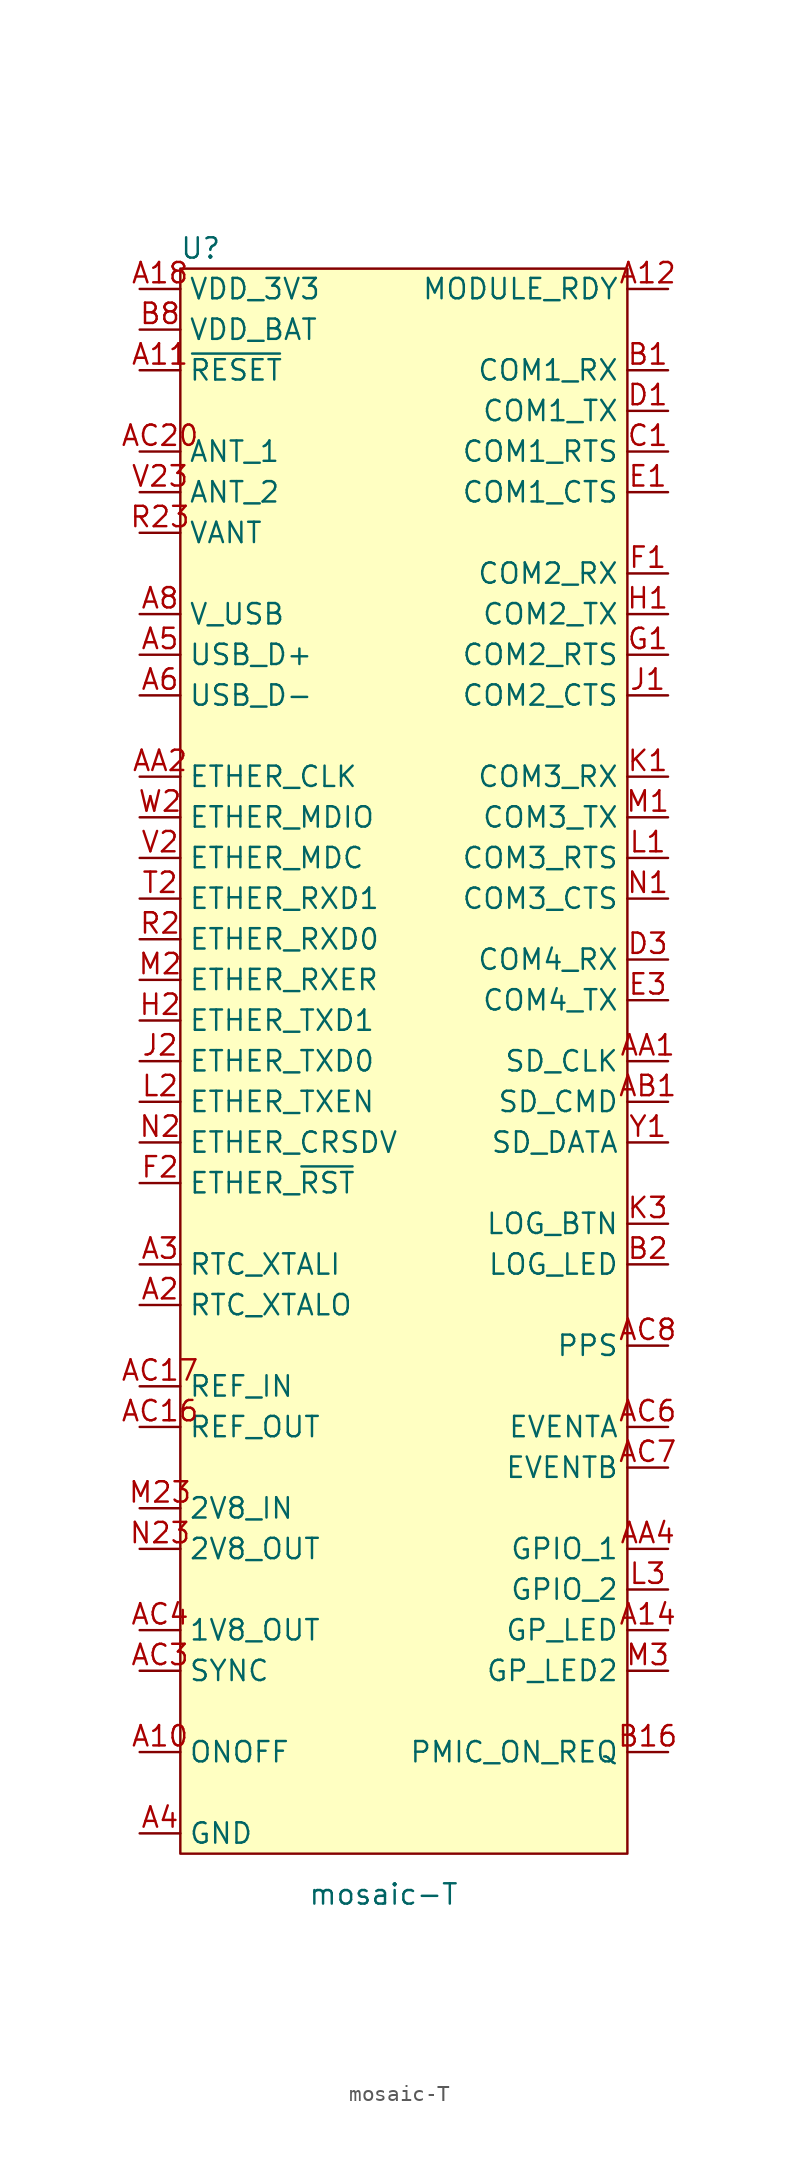
<source format=kicad_sym>
(kicad_symbol_lib
  (version 20241209)
  (generator "kicad_symbol_editor")
  (generator_version "9.0")
  (symbol "mosaic-T"
    (property "Reference" "U"
      (at -12.7 44.45 0)
      (effects (font (size 1.27 1.27))))
    (property "Value" "mosaic-T"
      (at -1.27 -58.42 0)
      (effects (font (size 1.27 1.27))))
    (symbol "mosaic-T_1_1"
      (rectangle (start -13.97 43.18) (end 13.97 -55.88) (stroke (width 0) (type default)) (fill (type background)))
      (pin power_in line (at -16.51 41.91 0) (length 2.54) (name "VDD_3V3" (effects (font (size 1.27 1.27)))) (number "A18" (effects (font (size 1.27 1.27)))))
      (pin power_in line (at -16.51 41.91 0) (length 2.54) (hide yes) (name "VDD_3V3" (effects (font (size 1.27 1.27)))) (number "A19" (effects (font (size 1.27 1.27)))))
      (pin power_in line (at -16.51 41.91 0) (length 2.54) (hide yes) (name "VDD_3V3" (effects (font (size 1.27 1.27)))) (number "A20" (effects (font (size 1.27 1.27)))))
      (pin power_in line (at -16.51 41.91 0) (length 2.54) (hide yes) (name "VDD_3V3" (effects (font (size 1.27 1.27)))) (number "B18" (effects (font (size 1.27 1.27)))))
      (pin power_in line (at -16.51 41.91 0) (length 2.54) (hide yes) (name "VDD_3V3" (effects (font (size 1.27 1.27)))) (number "B19" (effects (font (size 1.27 1.27)))))
      (pin power_in line (at -16.51 41.91 0) (length 2.54) (hide yes) (name "VDD_3V3" (effects (font (size 1.27 1.27)))) (number "B20" (effects (font (size 1.27 1.27)))))
      (pin power_in line (at -16.51 41.91 0) (length 2.54) (hide yes) (name "VDD_3V3" (effects (font (size 1.27 1.27)))) (number "C18" (effects (font (size 1.27 1.27)))))
      (pin power_in line (at -16.51 41.91 0) (length 2.54) (hide yes) (name "VDD_3V3" (effects (font (size 1.27 1.27)))) (number "C19" (effects (font (size 1.27 1.27)))))
      (pin power_in line (at -16.51 41.91 0) (length 2.54) (hide yes) (name "VDD_3V3" (effects (font (size 1.27 1.27)))) (number "C20" (effects (font (size 1.27 1.27)))))
      (pin power_in line (at -16.51 39.37 0) (length 2.54) (name "VDD_BAT" (effects (font (size 1.27 1.27)))) (number "B8" (effects (font (size 1.27 1.27)))))
      (pin input line (at -16.51 36.83 0) (length 2.54) (name "~{RESET}" (effects (font (size 1.27 1.27)))) (number "A11" (effects (font (size 1.27 1.27)))))
      (pin input line (at -16.51 31.75 0) (length 2.54) (name "ANT_1" (effects (font (size 1.27 1.27)))) (number "AC20" (effects (font (size 1.27 1.27)))))
      (pin input line (at -16.51 29.21 0) (length 2.54) (name "ANT_2" (effects (font (size 1.27 1.27)))) (number "V23" (effects (font (size 1.27 1.27)))))
      (pin power_in line (at -16.51 26.67 0) (length 2.54) (hide yes) (name "VANT" (effects (font (size 1.27 1.27)))) (number "P23" (effects (font (size 1.27 1.27)))))
      (pin power_in line (at -16.51 26.67 0) (length 2.54) (name "VANT" (effects (font (size 1.27 1.27)))) (number "R23" (effects (font (size 1.27 1.27)))))
      (pin power_in line (at -16.51 21.59 0) (length 2.54) (name "V_USB" (effects (font (size 1.27 1.27)))) (number "A8" (effects (font (size 1.27 1.27)))))
      (pin bidirectional line (at -16.51 19.05 0) (length 2.54) (name "USB_D+" (effects (font (size 1.27 1.27)))) (number "A5" (effects (font (size 1.27 1.27)))))
      (pin bidirectional line (at -16.51 16.51 0) (length 2.54) (name "USB_D-" (effects (font (size 1.27 1.27)))) (number "A6" (effects (font (size 1.27 1.27)))))
      (pin output line (at -16.51 11.43 0) (length 2.54) (name "ETHER_CLK" (effects (font (size 1.27 1.27)))) (number "AA2" (effects (font (size 1.27 1.27)))))
      (pin bidirectional line (at -16.51 8.89 0) (length 2.54) (name "ETHER_MDIO" (effects (font (size 1.27 1.27)))) (number "W2" (effects (font (size 1.27 1.27)))))
      (pin output line (at -16.51 6.35 0) (length 2.54) (name "ETHER_MDC" (effects (font (size 1.27 1.27)))) (number "V2" (effects (font (size 1.27 1.27)))))
      (pin input line (at -16.51 3.81 0) (length 2.54) (name "ETHER_RXD1" (effects (font (size 1.27 1.27)))) (number "T2" (effects (font (size 1.27 1.27)))))
      (pin input line (at -16.51 1.27 0) (length 2.54) (name "ETHER_RXD0" (effects (font (size 1.27 1.27)))) (number "R2" (effects (font (size 1.27 1.27)))))
      (pin input line (at -16.51 -1.27 0) (length 2.54) (name "ETHER_RXER" (effects (font (size 1.27 1.27)))) (number "M2" (effects (font (size 1.27 1.27)))))
      (pin output line (at -16.51 -3.81 0) (length 2.54) (name "ETHER_TXD1" (effects (font (size 1.27 1.27)))) (number "H2" (effects (font (size 1.27 1.27)))))
      (pin output line (at -16.51 -6.35 0) (length 2.54) (name "ETHER_TXD0" (effects (font (size 1.27 1.27)))) (number "J2" (effects (font (size 1.27 1.27)))))
      (pin output line (at -16.51 -8.89 0) (length 2.54) (name "ETHER_TXEN" (effects (font (size 1.27 1.27)))) (number "L2" (effects (font (size 1.27 1.27)))))
      (pin input line (at -16.51 -11.43 0) (length 2.54) (name "ETHER_CRSDV" (effects (font (size 1.27 1.27)))) (number "N2" (effects (font (size 1.27 1.27)))))
      (pin output line (at -16.51 -13.97 0) (length 2.54) (name "ETHER_~{RST}" (effects (font (size 1.27 1.27)))) (number "F2" (effects (font (size 1.27 1.27)))))
      (pin input line (at -16.51 -19.05 0) (length 2.54) (name "RTC_XTALI" (effects (font (size 1.27 1.27)))) (number "A3" (effects (font (size 1.27 1.27)))))
      (pin output line (at -16.51 -21.59 0) (length 2.54) (name "RTC_XTALO" (effects (font (size 1.27 1.27)))) (number "A2" (effects (font (size 1.27 1.27)))))
      (pin input line (at -16.51 -26.67 0) (length 2.54) (name "REF_IN" (effects (font (size 1.27 1.27)))) (number "AC17" (effects (font (size 1.27 1.27)))))
      (pin output line (at -16.51 -29.21 0) (length 2.54) (name "REF_OUT" (effects (font (size 1.27 1.27)))) (number "AC16" (effects (font (size 1.27 1.27)))))
      (pin power_in line (at -16.51 -34.29 0) (length 2.54) (name "2V8_IN" (effects (font (size 1.27 1.27)))) (number "M23" (effects (font (size 1.27 1.27)))))
      (pin power_out line (at -16.51 -36.83 0) (length 2.54) (name "2V8_OUT" (effects (font (size 1.27 1.27)))) (number "N23" (effects (font (size 1.27 1.27)))))
      (pin power_out line (at -16.51 -41.91 0) (length 2.54) (name "1V8_OUT" (effects (font (size 1.27 1.27)))) (number "AC4" (effects (font (size 1.27 1.27)))))
      (pin input line (at -16.51 -44.45 0) (length 2.54) (name "SYNC" (effects (font (size 1.27 1.27)))) (number "AC3" (effects (font (size 1.27 1.27)))))
      (pin input line (at -16.51 -49.53 0) (length 2.54) (name "ONOFF" (effects (font (size 1.27 1.27)))) (number "A10" (effects (font (size 1.27 1.27)))))
      (pin power_in line (at -16.51 -54.61 0) (length 2.54) (hide yes) (name "GND" (effects (font (size 1.27 1.27)))) (number "A15" (effects (font (size 1.27 1.27)))))
      (pin power_in line (at -16.51 -54.61 0) (length 2.54) (hide yes) (name "GND" (effects (font (size 1.27 1.27)))) (number "A16" (effects (font (size 1.27 1.27)))))
      (pin power_in line (at -16.51 -54.61 0) (length 2.54) (hide yes) (name "GND" (effects (font (size 1.27 1.27)))) (number "A17" (effects (font (size 1.27 1.27)))))
      (pin power_in line (at -16.51 -54.61 0) (length 2.54) (hide yes) (name "GND" (effects (font (size 1.27 1.27)))) (number "A21" (effects (font (size 1.27 1.27)))))
      (pin power_in line (at -16.51 -54.61 0) (length 2.54) (hide yes) (name "GND" (effects (font (size 1.27 1.27)))) (number "A22" (effects (font (size 1.27 1.27)))))
      (pin power_in line (at -16.51 -54.61 0) (length 2.54) (hide yes) (name "GND" (effects (font (size 1.27 1.27)))) (number "A23" (effects (font (size 1.27 1.27)))))
      (pin power_in line (at -16.51 -54.61 0) (length 2.54) (name "GND" (effects (font (size 1.27 1.27)))) (number "A4" (effects (font (size 1.27 1.27)))))
      (pin power_in line (at -16.51 -54.61 0) (length 2.54) (hide yes) (name "GND" (effects (font (size 1.27 1.27)))) (number "A7" (effects (font (size 1.27 1.27)))))
      (pin power_in line (at -16.51 -54.61 0) (length 2.54) (hide yes) (name "GND" (effects (font (size 1.27 1.27)))) (number "AA13" (effects (font (size 1.27 1.27)))))
      (pin power_in line (at -16.51 -54.61 0) (length 2.54) (hide yes) (name "GND" (effects (font (size 1.27 1.27)))) (number "AA14" (effects (font (size 1.27 1.27)))))
      (pin power_in line (at -16.51 -54.61 0) (length 2.54) (hide yes) (name "GND" (effects (font (size 1.27 1.27)))) (number "AA15" (effects (font (size 1.27 1.27)))))
      (pin power_in line (at -16.51 -54.61 0) (length 2.54) (hide yes) (name "GND" (effects (font (size 1.27 1.27)))) (number "AA16" (effects (font (size 1.27 1.27)))))
      (pin power_in line (at -16.51 -54.61 0) (length 2.54) (hide yes) (name "GND" (effects (font (size 1.27 1.27)))) (number "AA17" (effects (font (size 1.27 1.27)))))
      (pin power_in line (at -16.51 -54.61 0) (length 2.54) (hide yes) (name "GND" (effects (font (size 1.27 1.27)))) (number "AA18" (effects (font (size 1.27 1.27)))))
      (pin power_in line (at -16.51 -54.61 0) (length 2.54) (hide yes) (name "GND" (effects (font (size 1.27 1.27)))) (number "AA19" (effects (font (size 1.27 1.27)))))
      (pin power_in line (at -16.51 -54.61 0) (length 2.54) (hide yes) (name "GND" (effects (font (size 1.27 1.27)))) (number "AA20" (effects (font (size 1.27 1.27)))))
      (pin power_in line (at -16.51 -54.61 0) (length 2.54) (hide yes) (name "GND" (effects (font (size 1.27 1.27)))) (number "AA21" (effects (font (size 1.27 1.27)))))
      (pin power_in line (at -16.51 -54.61 0) (length 2.54) (hide yes) (name "GND" (effects (font (size 1.27 1.27)))) (number "AA22" (effects (font (size 1.27 1.27)))))
      (pin power_in line (at -16.51 -54.61 0) (length 2.54) (hide yes) (name "GND" (effects (font (size 1.27 1.27)))) (number "AA23" (effects (font (size 1.27 1.27)))))
      (pin power_in line (at -16.51 -54.61 0) (length 2.54) (hide yes) (name "GND" (effects (font (size 1.27 1.27)))) (number "AB13" (effects (font (size 1.27 1.27)))))
      (pin power_in line (at -16.51 -54.61 0) (length 2.54) (hide yes) (name "GND" (effects (font (size 1.27 1.27)))) (number "AB14" (effects (font (size 1.27 1.27)))))
      (pin power_in line (at -16.51 -54.61 0) (length 2.54) (hide yes) (name "GND" (effects (font (size 1.27 1.27)))) (number "AB15" (effects (font (size 1.27 1.27)))))
      (pin power_in line (at -16.51 -54.61 0) (length 2.54) (hide yes) (name "GND" (effects (font (size 1.27 1.27)))) (number "AB16" (effects (font (size 1.27 1.27)))))
      (pin power_in line (at -16.51 -54.61 0) (length 2.54) (hide yes) (name "GND" (effects (font (size 1.27 1.27)))) (number "AB17" (effects (font (size 1.27 1.27)))))
      (pin power_in line (at -16.51 -54.61 0) (length 2.54) (hide yes) (name "GND" (effects (font (size 1.27 1.27)))) (number "AB18" (effects (font (size 1.27 1.27)))))
      (pin power_in line (at -16.51 -54.61 0) (length 2.54) (hide yes) (name "GND" (effects (font (size 1.27 1.27)))) (number "AB19" (effects (font (size 1.27 1.27)))))
      (pin power_in line (at -16.51 -54.61 0) (length 2.54) (hide yes) (name "GND" (effects (font (size 1.27 1.27)))) (number "AB2" (effects (font (size 1.27 1.27)))))
      (pin power_in line (at -16.51 -54.61 0) (length 2.54) (hide yes) (name "GND" (effects (font (size 1.27 1.27)))) (number "AB20" (effects (font (size 1.27 1.27)))))
      (pin power_in line (at -16.51 -54.61 0) (length 2.54) (hide yes) (name "GND" (effects (font (size 1.27 1.27)))) (number "AB21" (effects (font (size 1.27 1.27)))))
      (pin power_in line (at -16.51 -54.61 0) (length 2.54) (hide yes) (name "GND" (effects (font (size 1.27 1.27)))) (number "AB22" (effects (font (size 1.27 1.27)))))
      (pin power_in line (at -16.51 -54.61 0) (length 2.54) (hide yes) (name "GND" (effects (font (size 1.27 1.27)))) (number "AB23" (effects (font (size 1.27 1.27)))))
      (pin power_in line (at -16.51 -54.61 0) (length 2.54) (hide yes) (name "GND" (effects (font (size 1.27 1.27)))) (number "AB3" (effects (font (size 1.27 1.27)))))
      (pin power_in line (at -16.51 -54.61 0) (length 2.54) (hide yes) (name "GND" (effects (font (size 1.27 1.27)))) (number "AB4" (effects (font (size 1.27 1.27)))))
      (pin power_in line (at -16.51 -54.61 0) (length 2.54) (hide yes) (name "GND" (effects (font (size 1.27 1.27)))) (number "AB5" (effects (font (size 1.27 1.27)))))
      (pin power_in line (at -16.51 -54.61 0) (length 2.54) (hide yes) (name "GND" (effects (font (size 1.27 1.27)))) (number "AB6" (effects (font (size 1.27 1.27)))))
      (pin power_in line (at -16.51 -54.61 0) (length 2.54) (hide yes) (name "GND" (effects (font (size 1.27 1.27)))) (number "AB7" (effects (font (size 1.27 1.27)))))
      (pin power_in line (at -16.51 -54.61 0) (length 2.54) (hide yes) (name "GND" (effects (font (size 1.27 1.27)))) (number "AB8" (effects (font (size 1.27 1.27)))))
      (pin power_in line (at -16.51 -54.61 0) (length 2.54) (hide yes) (name "GND" (effects (font (size 1.27 1.27)))) (number "AC13" (effects (font (size 1.27 1.27)))))
      (pin power_in line (at -16.51 -54.61 0) (length 2.54) (hide yes) (name "GND" (effects (font (size 1.27 1.27)))) (number "AC15" (effects (font (size 1.27 1.27)))))
      (pin power_in line (at -16.51 -54.61 0) (length 2.54) (hide yes) (name "GND" (effects (font (size 1.27 1.27)))) (number "AC18" (effects (font (size 1.27 1.27)))))
      (pin power_in line (at -16.51 -54.61 0) (length 2.54) (hide yes) (name "GND" (effects (font (size 1.27 1.27)))) (number "AC19" (effects (font (size 1.27 1.27)))))
      (pin power_in line (at -16.51 -54.61 0) (length 2.54) (hide yes) (name "GND" (effects (font (size 1.27 1.27)))) (number "AC21" (effects (font (size 1.27 1.27)))))
      (pin power_in line (at -16.51 -54.61 0) (length 2.54) (hide yes) (name "GND" (effects (font (size 1.27 1.27)))) (number "AC22" (effects (font (size 1.27 1.27)))))
      (pin power_in line (at -16.51 -54.61 0) (length 2.54) (hide yes) (name "GND" (effects (font (size 1.27 1.27)))) (number "AC23" (effects (font (size 1.27 1.27)))))
      (pin power_in line (at -16.51 -54.61 0) (length 2.54) (hide yes) (name "GND" (effects (font (size 1.27 1.27)))) (number "B13" (effects (font (size 1.27 1.27)))))
      (pin power_in line (at -16.51 -54.61 0) (length 2.54) (hide yes) (name "GND" (effects (font (size 1.27 1.27)))) (number "B17" (effects (font (size 1.27 1.27)))))
      (pin power_in line (at -16.51 -54.61 0) (length 2.54) (hide yes) (name "GND" (effects (font (size 1.27 1.27)))) (number "B21" (effects (font (size 1.27 1.27)))))
      (pin power_in line (at -16.51 -54.61 0) (length 2.54) (hide yes) (name "GND" (effects (font (size 1.27 1.27)))) (number "B4" (effects (font (size 1.27 1.27)))))
      (pin power_in line (at -16.51 -54.61 0) (length 2.54) (hide yes) (name "GND" (effects (font (size 1.27 1.27)))) (number "B5" (effects (font (size 1.27 1.27)))))
      (pin power_in line (at -16.51 -54.61 0) (length 2.54) (hide yes) (name "GND" (effects (font (size 1.27 1.27)))) (number "B6" (effects (font (size 1.27 1.27)))))
      (pin power_in line (at -16.51 -54.61 0) (length 2.54) (hide yes) (name "GND" (effects (font (size 1.27 1.27)))) (number "B7" (effects (font (size 1.27 1.27)))))
      (pin power_in line (at -16.51 -54.61 0) (length 2.54) (hide yes) (name "GND" (effects (font (size 1.27 1.27)))) (number "C15" (effects (font (size 1.27 1.27)))))
      (pin power_in line (at -16.51 -54.61 0) (length 2.54) (hide yes) (name "GND" (effects (font (size 1.27 1.27)))) (number "C16" (effects (font (size 1.27 1.27)))))
      (pin power_in line (at -16.51 -54.61 0) (length 2.54) (hide yes) (name "GND" (effects (font (size 1.27 1.27)))) (number "C17" (effects (font (size 1.27 1.27)))))
      (pin power_in line (at -16.51 -54.61 0) (length 2.54) (hide yes) (name "GND" (effects (font (size 1.27 1.27)))) (number "C23" (effects (font (size 1.27 1.27)))))
      (pin power_in line (at -16.51 -54.61 0) (length 2.54) (hide yes) (name "GND" (effects (font (size 1.27 1.27)))) (number "C4" (effects (font (size 1.27 1.27)))))
      (pin power_in line (at -16.51 -54.61 0) (length 2.54) (hide yes) (name "GND" (effects (font (size 1.27 1.27)))) (number "C7" (effects (font (size 1.27 1.27)))))
      (pin power_in line (at -16.51 -54.61 0) (length 2.54) (hide yes) (name "GND" (effects (font (size 1.27 1.27)))) (number "D2" (effects (font (size 1.27 1.27)))))
      (pin power_in line (at -16.51 -54.61 0) (length 2.54) (hide yes) (name "GND" (effects (font (size 1.27 1.27)))) (number "D21" (effects (font (size 1.27 1.27)))))
      (pin power_in line (at -16.51 -54.61 0) (length 2.54) (hide yes) (name "GND" (effects (font (size 1.27 1.27)))) (number "D22" (effects (font (size 1.27 1.27)))))
      (pin power_in line (at -16.51 -54.61 0) (length 2.54) (hide yes) (name "GND" (effects (font (size 1.27 1.27)))) (number "D23" (effects (font (size 1.27 1.27)))))
      (pin power_in line (at -16.51 -54.61 0) (length 2.54) (hide yes) (name "GND" (effects (font (size 1.27 1.27)))) (number "E2" (effects (font (size 1.27 1.27)))))
      (pin power_in line (at -16.51 -54.61 0) (length 2.54) (hide yes) (name "GND" (effects (font (size 1.27 1.27)))) (number "E21" (effects (font (size 1.27 1.27)))))
      (pin power_in line (at -16.51 -54.61 0) (length 2.54) (hide yes) (name "GND" (effects (font (size 1.27 1.27)))) (number "E22" (effects (font (size 1.27 1.27)))))
      (pin power_in line (at -16.51 -54.61 0) (length 2.54) (hide yes) (name "GND" (effects (font (size 1.27 1.27)))) (number "E23" (effects (font (size 1.27 1.27)))))
      (pin power_in line (at -16.51 -54.61 0) (length 2.54) (hide yes) (name "GND" (effects (font (size 1.27 1.27)))) (number "F21" (effects (font (size 1.27 1.27)))))
      (pin power_in line (at -16.51 -54.61 0) (length 2.54) (hide yes) (name "GND" (effects (font (size 1.27 1.27)))) (number "F22" (effects (font (size 1.27 1.27)))))
      (pin power_in line (at -16.51 -54.61 0) (length 2.54) (hide yes) (name "GND" (effects (font (size 1.27 1.27)))) (number "F23" (effects (font (size 1.27 1.27)))))
      (pin power_in line (at -16.51 -54.61 0) (length 2.54) (hide yes) (name "GND" (effects (font (size 1.27 1.27)))) (number "G2" (effects (font (size 1.27 1.27)))))
      (pin power_in line (at -16.51 -54.61 0) (length 2.54) (hide yes) (name "GND" (effects (font (size 1.27 1.27)))) (number "G21" (effects (font (size 1.27 1.27)))))
      (pin power_in line (at -16.51 -54.61 0) (length 2.54) (hide yes) (name "GND" (effects (font (size 1.27 1.27)))) (number "G23" (effects (font (size 1.27 1.27)))))
      (pin power_in line (at -16.51 -54.61 0) (length 2.54) (hide yes) (name "GND" (effects (font (size 1.27 1.27)))) (number "H21" (effects (font (size 1.27 1.27)))))
      (pin power_in line (at -16.51 -54.61 0) (length 2.54) (hide yes) (name "GND" (effects (font (size 1.27 1.27)))) (number "H22" (effects (font (size 1.27 1.27)))))
      (pin power_in line (at -16.51 -54.61 0) (length 2.54) (hide yes) (name "GND" (effects (font (size 1.27 1.27)))) (number "H23" (effects (font (size 1.27 1.27)))))
      (pin power_in line (at -16.51 -54.61 0) (length 2.54) (hide yes) (name "GND" (effects (font (size 1.27 1.27)))) (number "J21" (effects (font (size 1.27 1.27)))))
      (pin power_in line (at -16.51 -54.61 0) (length 2.54) (hide yes) (name "GND" (effects (font (size 1.27 1.27)))) (number "J22" (effects (font (size 1.27 1.27)))))
      (pin power_in line (at -16.51 -54.61 0) (length 2.54) (hide yes) (name "GND" (effects (font (size 1.27 1.27)))) (number "J23" (effects (font (size 1.27 1.27)))))
      (pin power_in line (at -16.51 -54.61 0) (length 2.54) (hide yes) (name "GND" (effects (font (size 1.27 1.27)))) (number "K2" (effects (font (size 1.27 1.27)))))
      (pin power_in line (at -16.51 -54.61 0) (length 2.54) (hide yes) (name "GND" (effects (font (size 1.27 1.27)))) (number "K21" (effects (font (size 1.27 1.27)))))
      (pin power_in line (at -16.51 -54.61 0) (length 2.54) (hide yes) (name "GND" (effects (font (size 1.27 1.27)))) (number "K22" (effects (font (size 1.27 1.27)))))
      (pin power_in line (at -16.51 -54.61 0) (length 2.54) (hide yes) (name "GND" (effects (font (size 1.27 1.27)))) (number "K23" (effects (font (size 1.27 1.27)))))
      (pin power_in line (at -16.51 -54.61 0) (length 2.54) (hide yes) (name "GND" (effects (font (size 1.27 1.27)))) (number "L21" (effects (font (size 1.27 1.27)))))
      (pin power_in line (at -16.51 -54.61 0) (length 2.54) (hide yes) (name "GND" (effects (font (size 1.27 1.27)))) (number "L22" (effects (font (size 1.27 1.27)))))
      (pin power_in line (at -16.51 -54.61 0) (length 2.54) (hide yes) (name "GND" (effects (font (size 1.27 1.27)))) (number "L23" (effects (font (size 1.27 1.27)))))
      (pin power_in line (at -16.51 -54.61 0) (length 2.54) (hide yes) (name "GND" (effects (font (size 1.27 1.27)))) (number "M21" (effects (font (size 1.27 1.27)))))
      (pin power_in line (at -16.51 -54.61 0) (length 2.54) (hide yes) (name "GND" (effects (font (size 1.27 1.27)))) (number "M22" (effects (font (size 1.27 1.27)))))
      (pin power_in line (at -16.51 -54.61 0) (length 2.54) (hide yes) (name "GND" (effects (font (size 1.27 1.27)))) (number "N21" (effects (font (size 1.27 1.27)))))
      (pin power_in line (at -16.51 -54.61 0) (length 2.54) (hide yes) (name "GND" (effects (font (size 1.27 1.27)))) (number "N22" (effects (font (size 1.27 1.27)))))
      (pin power_in line (at -16.51 -54.61 0) (length 2.54) (hide yes) (name "GND" (effects (font (size 1.27 1.27)))) (number "P1" (effects (font (size 1.27 1.27)))))
      (pin power_in line (at -16.51 -54.61 0) (length 2.54) (hide yes) (name "GND" (effects (font (size 1.27 1.27)))) (number "P2" (effects (font (size 1.27 1.27)))))
      (pin power_in line (at -16.51 -54.61 0) (length 2.54) (hide yes) (name "GND" (effects (font (size 1.27 1.27)))) (number "P21" (effects (font (size 1.27 1.27)))))
      (pin power_in line (at -16.51 -54.61 0) (length 2.54) (hide yes) (name "GND" (effects (font (size 1.27 1.27)))) (number "P22" (effects (font (size 1.27 1.27)))))
      (pin power_in line (at -16.51 -54.61 0) (length 2.54) (hide yes) (name "GND" (effects (font (size 1.27 1.27)))) (number "P3" (effects (font (size 1.27 1.27)))))
      (pin power_in line (at -16.51 -54.61 0) (length 2.54) (hide yes) (name "GND" (effects (font (size 1.27 1.27)))) (number "R21" (effects (font (size 1.27 1.27)))))
      (pin power_in line (at -16.51 -54.61 0) (length 2.54) (hide yes) (name "GND" (effects (font (size 1.27 1.27)))) (number "R22" (effects (font (size 1.27 1.27)))))
      (pin power_in line (at -16.51 -54.61 0) (length 2.54) (hide yes) (name "GND" (effects (font (size 1.27 1.27)))) (number "R3" (effects (font (size 1.27 1.27)))))
      (pin power_in line (at -16.51 -54.61 0) (length 2.54) (hide yes) (name "GND" (effects (font (size 1.27 1.27)))) (number "T21" (effects (font (size 1.27 1.27)))))
      (pin power_in line (at -16.51 -54.61 0) (length 2.54) (hide yes) (name "GND" (effects (font (size 1.27 1.27)))) (number "T22" (effects (font (size 1.27 1.27)))))
      (pin power_in line (at -16.51 -54.61 0) (length 2.54) (hide yes) (name "GND" (effects (font (size 1.27 1.27)))) (number "T23" (effects (font (size 1.27 1.27)))))
      (pin power_in line (at -16.51 -54.61 0) (length 2.54) (hide yes) (name "GND" (effects (font (size 1.27 1.27)))) (number "U2" (effects (font (size 1.27 1.27)))))
      (pin power_in line (at -16.51 -54.61 0) (length 2.54) (hide yes) (name "GND" (effects (font (size 1.27 1.27)))) (number "U21" (effects (font (size 1.27 1.27)))))
      (pin power_in line (at -16.51 -54.61 0) (length 2.54) (hide yes) (name "GND" (effects (font (size 1.27 1.27)))) (number "U22" (effects (font (size 1.27 1.27)))))
      (pin power_in line (at -16.51 -54.61 0) (length 2.54) (hide yes) (name "GND" (effects (font (size 1.27 1.27)))) (number "U23" (effects (font (size 1.27 1.27)))))
      (pin power_in line (at -16.51 -54.61 0) (length 2.54) (hide yes) (name "GND" (effects (font (size 1.27 1.27)))) (number "V21" (effects (font (size 1.27 1.27)))))
      (pin power_in line (at -16.51 -54.61 0) (length 2.54) (hide yes) (name "GND" (effects (font (size 1.27 1.27)))) (number "V22" (effects (font (size 1.27 1.27)))))
      (pin power_in line (at -16.51 -54.61 0) (length 2.54) (hide yes) (name "GND" (effects (font (size 1.27 1.27)))) (number "W21" (effects (font (size 1.27 1.27)))))
      (pin power_in line (at -16.51 -54.61 0) (length 2.54) (hide yes) (name "GND" (effects (font (size 1.27 1.27)))) (number "W22" (effects (font (size 1.27 1.27)))))
      (pin power_in line (at -16.51 -54.61 0) (length 2.54) (hide yes) (name "GND" (effects (font (size 1.27 1.27)))) (number "W23" (effects (font (size 1.27 1.27)))))
      (pin power_in line (at -16.51 -54.61 0) (length 2.54) (hide yes) (name "GND" (effects (font (size 1.27 1.27)))) (number "Y2" (effects (font (size 1.27 1.27)))))
      (pin power_in line (at -16.51 -54.61 0) (length 2.54) (hide yes) (name "GND" (effects (font (size 1.27 1.27)))) (number "Y21" (effects (font (size 1.27 1.27)))))
      (pin power_in line (at -16.51 -54.61 0) (length 2.54) (hide yes) (name "GND" (effects (font (size 1.27 1.27)))) (number "Y22" (effects (font (size 1.27 1.27)))))
      (pin power_in line (at -16.51 -54.61 0) (length 2.54) (hide yes) (name "GND" (effects (font (size 1.27 1.27)))) (number "Y23" (effects (font (size 1.27 1.27)))))
      (pin no_connect line (at -13.97 -24.13 0) (length 2.54) (hide yes) (name "VTUNE" (effects (font (size 1.27 1.27)))) (number "AC14" (effects (font (size 1.27 1.27)))))
      (pin output line (at 16.51 41.91 180) (length 2.54) (name "MODULE_RDY" (effects (font (size 1.27 1.27)))) (number "A12" (effects (font (size 1.27 1.27)))))
      (pin input line (at 16.51 36.83 180) (length 2.54) (name "COM1_RX" (effects (font (size 1.27 1.27)))) (number "B1" (effects (font (size 1.27 1.27)))))
      (pin output line (at 16.51 34.29 180) (length 2.54) (name "COM1_TX" (effects (font (size 1.27 1.27)))) (number "D1" (effects (font (size 1.27 1.27)))))
      (pin output line (at 16.51 31.75 180) (length 2.54) (name "COM1_RTS" (effects (font (size 1.27 1.27)))) (number "C1" (effects (font (size 1.27 1.27)))))
      (pin input line (at 16.51 29.21 180) (length 2.54) (name "COM1_CTS" (effects (font (size 1.27 1.27)))) (number "E1" (effects (font (size 1.27 1.27)))))
      (pin input line (at 16.51 24.13 180) (length 2.54) (name "COM2_RX" (effects (font (size 1.27 1.27)))) (number "F1" (effects (font (size 1.27 1.27)))))
      (pin output line (at 16.51 21.59 180) (length 2.54) (name "COM2_TX" (effects (font (size 1.27 1.27)))) (number "H1" (effects (font (size 1.27 1.27)))))
      (pin output line (at 16.51 19.05 180) (length 2.54) (name "COM2_RTS" (effects (font (size 1.27 1.27)))) (number "G1" (effects (font (size 1.27 1.27)))))
      (pin input line (at 16.51 16.51 180) (length 2.54) (name "COM2_CTS" (effects (font (size 1.27 1.27)))) (number "J1" (effects (font (size 1.27 1.27)))))
      (pin input line (at 16.51 11.43 180) (length 2.54) (name "COM3_RX" (effects (font (size 1.27 1.27)))) (number "K1" (effects (font (size 1.27 1.27)))))
      (pin output line (at 16.51 8.89 180) (length 2.54) (name "COM3_TX" (effects (font (size 1.27 1.27)))) (number "M1" (effects (font (size 1.27 1.27)))))
      (pin output line (at 16.51 6.35 180) (length 2.54) (name "COM3_RTS" (effects (font (size 1.27 1.27)))) (number "L1" (effects (font (size 1.27 1.27)))))
      (pin input line (at 16.51 3.81 180) (length 2.54) (name "COM3_CTS" (effects (font (size 1.27 1.27)))) (number "N1" (effects (font (size 1.27 1.27)))))
      (pin output line (at 16.51 0 180) (length 2.54) (name "COM4_RX" (effects (font (size 1.27 1.27)))) (number "D3" (effects (font (size 1.27 1.27)))))
      (pin output line (at 16.51 -2.54 180) (length 2.54) (name "COM4_TX" (effects (font (size 1.27 1.27)))) (number "E3" (effects (font (size 1.27 1.27)))))
      (pin output line (at 16.51 -6.35 180) (length 2.54) (name "SD_CLK" (effects (font (size 1.27 1.27)))) (number "AA1" (effects (font (size 1.27 1.27)))))
      (pin output line (at 16.51 -8.89 180) (length 2.54) (name "SD_CMD" (effects (font (size 1.27 1.27)))) (number "AB1" (effects (font (size 1.27 1.27)))))
      (pin bidirectional line (at 16.51 -11.43 180) (length 2.54) (name "SD_DATA" (effects (font (size 1.27 1.27)))) (number "Y1" (effects (font (size 1.27 1.27)))))
      (pin input line (at 16.51 -16.51 180) (length 2.54) (name "LOG_BTN" (effects (font (size 1.27 1.27)))) (number "K3" (effects (font (size 1.27 1.27)))))
      (pin output line (at 16.51 -19.05 180) (length 2.54) (name "LOG_LED" (effects (font (size 1.27 1.27)))) (number "B2" (effects (font (size 1.27 1.27)))))
      (pin output line (at 16.51 -24.13 180) (length 2.54) (name "PPS" (effects (font (size 1.27 1.27)))) (number "AC8" (effects (font (size 1.27 1.27)))))
      (pin input line (at 16.51 -29.21 180) (length 2.54) (name "EVENTA" (effects (font (size 1.27 1.27)))) (number "AC6" (effects (font (size 1.27 1.27)))))
      (pin input line (at 16.51 -31.75 180) (length 2.54) (name "EVENTB" (effects (font (size 1.27 1.27)))) (number "AC7" (effects (font (size 1.27 1.27)))))
      (pin output line (at 16.51 -36.83 180) (length 2.54) (name "GPIO_1" (effects (font (size 1.27 1.27)))) (number "AA4" (effects (font (size 1.27 1.27)))))
      (pin output line (at 16.51 -39.37 180) (length 2.54) (name "GPIO_2" (effects (font (size 1.27 1.27)))) (number "L3" (effects (font (size 1.27 1.27)))))
      (pin output line (at 16.51 -41.91 180) (length 2.54) (name "GP_LED" (effects (font (size 1.27 1.27)))) (number "A14" (effects (font (size 1.27 1.27)))))
      (pin output line (at 16.51 -44.45 180) (length 2.54) (name "GP_LED2" (effects (font (size 1.27 1.27)))) (number "M3" (effects (font (size 1.27 1.27)))))
      (pin output line (at 16.51 -49.53 180) (length 2.54) (name "PMIC_ON_REQ" (effects (font (size 1.27 1.27)))) (number "B16" (effects (font (size 1.27 1.27))))))))
</source>
